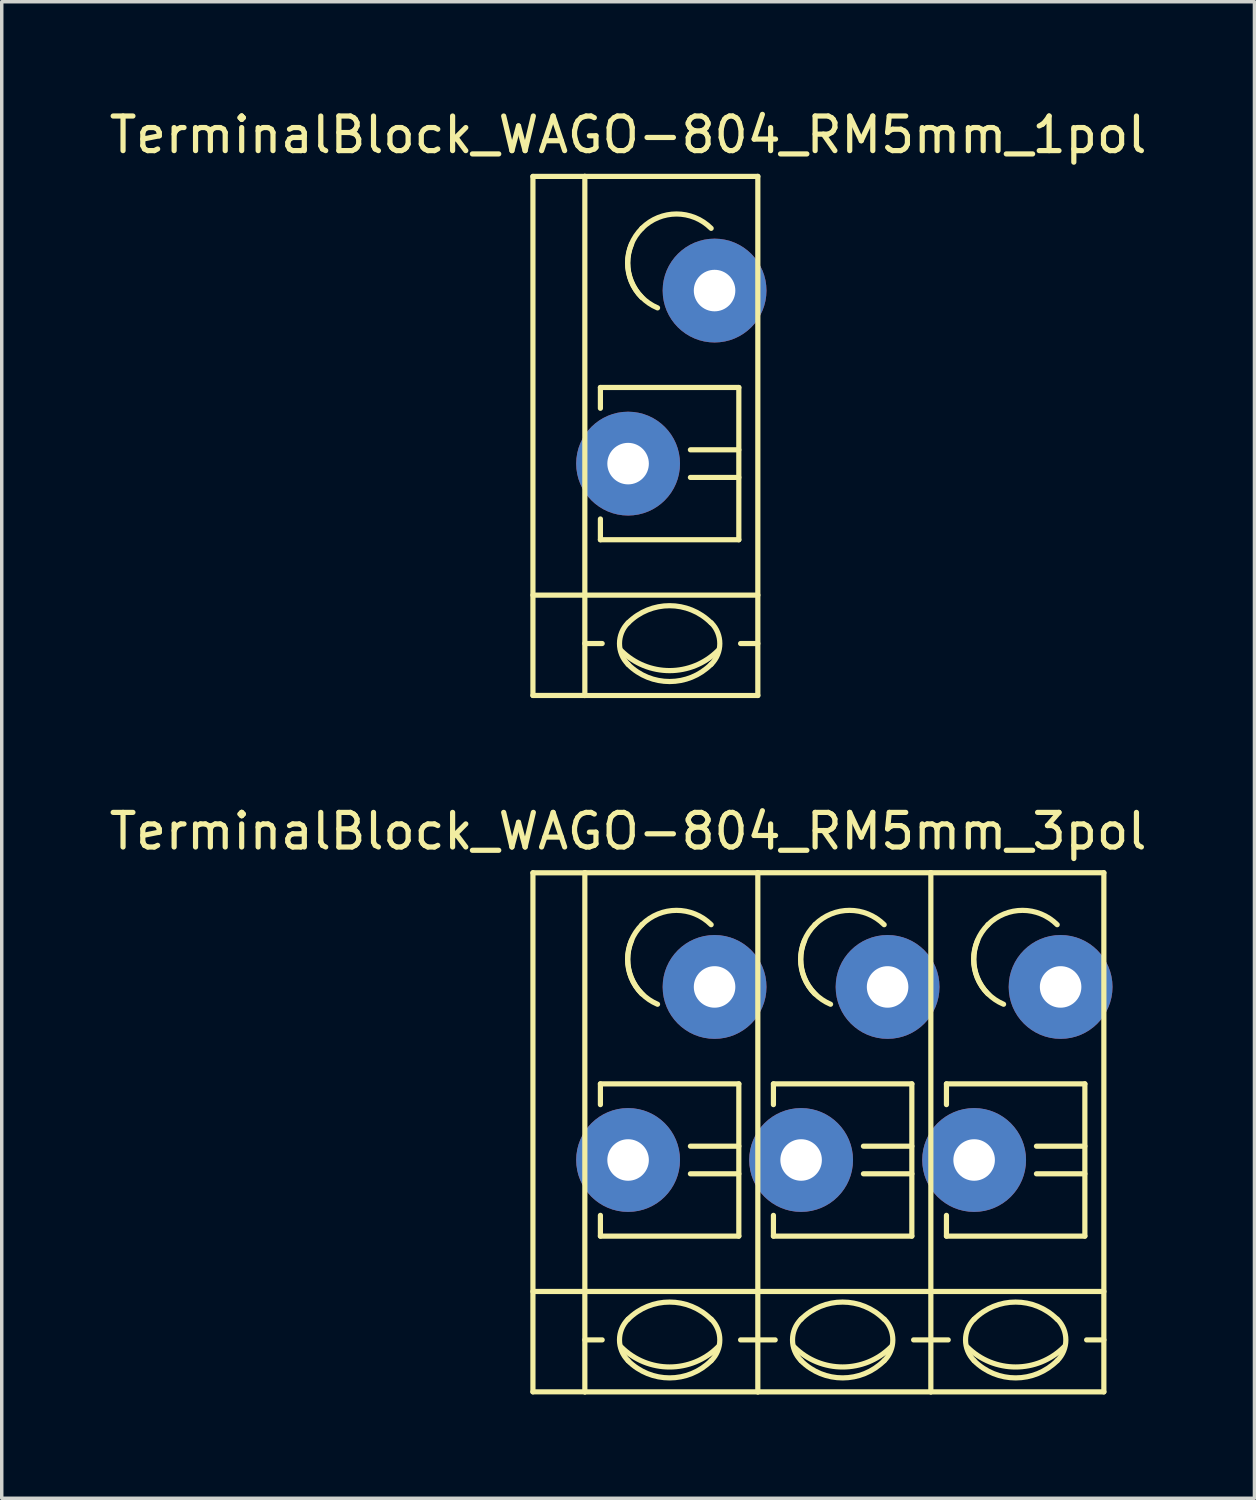
<source format=kicad_pcb>
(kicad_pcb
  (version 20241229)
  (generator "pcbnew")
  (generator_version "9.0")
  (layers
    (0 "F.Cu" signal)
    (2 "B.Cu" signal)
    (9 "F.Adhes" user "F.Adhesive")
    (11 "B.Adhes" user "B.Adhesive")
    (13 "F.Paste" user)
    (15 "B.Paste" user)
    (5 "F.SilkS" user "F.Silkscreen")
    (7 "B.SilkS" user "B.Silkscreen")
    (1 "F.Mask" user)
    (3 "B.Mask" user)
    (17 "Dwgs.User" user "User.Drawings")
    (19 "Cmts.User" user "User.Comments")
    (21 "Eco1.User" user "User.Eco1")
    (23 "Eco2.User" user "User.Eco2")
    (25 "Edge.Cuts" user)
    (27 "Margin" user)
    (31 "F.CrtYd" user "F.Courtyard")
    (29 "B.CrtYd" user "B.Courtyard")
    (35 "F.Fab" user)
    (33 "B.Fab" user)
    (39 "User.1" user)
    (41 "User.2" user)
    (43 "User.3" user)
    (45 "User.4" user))
  (footprint "TerminalBlock_WAGO-804_RM5mm_3pol"
    (layer "F.Cu")
    (at 15.101 30.472)
    (property "Reference" "TerminalBlock_WAGO-804_RM5mm_3pol" (at 0 -9.5 0) (layer "F.SilkS") (effects (font (size 1 1) (thickness 0.15))))
    (attr through_hole)
    (fp_line (start -2.75 -8.3) (end -1.25 -8.3) (stroke (width 0.15) (type solid)) (layer "F.SilkS"))
    (fp_line (start -2.75 6.7) (end -2.75 -8.3) (stroke (width 0.15) (type solid)) (layer "F.SilkS"))
    (fp_line (start -1.25 6.7) (end -2.75 6.7) (stroke (width 0.15) (type solid)) (layer "F.SilkS"))
    (fp_line (start -1.25 5.199) (end -0.749 5.199) (stroke (width 0.15) (type solid)) (layer "F.SilkS"))
    (fp_line (start -1.25 6.701) (end -1.25 -8.301) (stroke (width 0.15) (type solid)) (layer "F.SilkS"))
    (fp_line (start -0.8 -2.2) (end -0.8 -1.6) (stroke (width 0.15) (type solid)) (layer "F.SilkS"))
    (fp_line (start -0.8 -2.2) (end 3.2 -2.2) (stroke (width 0.15) (type solid)) (layer "F.SilkS"))
    (fp_line (start -0.8 2.2) (end -0.8 1.6) (stroke (width 0.15) (type solid)) (layer "F.SilkS"))
    (fp_line (start 3.2 -2.2) (end 3.2 2.2) (stroke (width 0.15) (type solid)) (layer "F.SilkS"))
    (fp_line (start 3.2 -0.399) (end 1.801 -0.399) (stroke (width 0.15) (type solid)) (layer "F.SilkS"))
    (fp_line (start 3.2 0.399) (end 1.801 0.399) (stroke (width 0.15) (type solid)) (layer "F.SilkS"))
    (fp_line (start 3.2 2.2) (end -0.8 2.2) (stroke (width 0.15) (type solid)) (layer "F.SilkS"))
    (fp_line (start 3.749 -8.301) (end -1.25 -8.301) (stroke (width 0.15) (type solid)) (layer "F.SilkS"))
    (fp_line (start 3.749 -8.301) (end 3.749 6.701) (stroke (width 0.15) (type solid)) (layer "F.SilkS"))
    (fp_line (start 3.749 5.199) (end 3.251 5.199) (stroke (width 0.15) (type solid)) (layer "F.SilkS"))
    (fp_line (start 3.749 6.701) (end -1.25 6.701) (stroke (width 0.15) (type solid)) (layer "F.SilkS"))
    (fp_line (start 3.75 3.8) (end -2.75 3.8) (stroke (width 0.15) (type solid)) (layer "F.SilkS"))
    (fp_line (start 3.75 3.8) (end 8.75 3.8) (stroke (width 0.15) (type solid)) (layer "F.SilkS"))
    (fp_line (start 3.75 5.199) (end 4.251 5.199) (stroke (width 0.15) (type solid)) (layer "F.SilkS"))
    (fp_line (start 4.2 -2.2) (end 4.2 -1.6) (stroke (width 0.15) (type solid)) (layer "F.SilkS"))
    (fp_line (start 4.2 -2.2) (end 8.2 -2.2) (stroke (width 0.15) (type solid)) (layer "F.SilkS"))
    (fp_line (start 4.2 2.2) (end 4.2 1.6) (stroke (width 0.15) (type solid)) (layer "F.SilkS"))
    (fp_line (start 8.2 -2.2) (end 8.2 2.2) (stroke (width 0.15) (type solid)) (layer "F.SilkS"))
    (fp_line (start 8.2 -0.399) (end 6.801 -0.399) (stroke (width 0.15) (type solid)) (layer "F.SilkS"))
    (fp_line (start 8.2 0.399) (end 6.801 0.399) (stroke (width 0.15) (type solid)) (layer "F.SilkS"))
    (fp_line (start 8.2 2.2) (end 4.2 2.2) (stroke (width 0.15) (type solid)) (layer "F.SilkS"))
    (fp_line (start 8.749 -8.301) (end 3.75 -8.301) (stroke (width 0.15) (type solid)) (layer "F.SilkS"))
    (fp_line (start 8.749 -8.301) (end 8.749 6.701) (stroke (width 0.15) (type solid)) (layer "F.SilkS"))
    (fp_line (start 8.749 5.199) (end 8.251 5.199) (stroke (width 0.15) (type solid)) (layer "F.SilkS"))
    (fp_line (start 8.749 6.701) (end 3.75 6.701) (stroke (width 0.15) (type solid)) (layer "F.SilkS"))
    (fp_line (start 8.75 3.8) (end 13.75 3.8) (stroke (width 0.15) (type solid)) (layer "F.SilkS"))
    (fp_line (start 8.75 5.199) (end 9.251 5.199) (stroke (width 0.15) (type solid)) (layer "F.SilkS"))
    (fp_line (start 9.2 -2.2) (end 9.2 -1.6) (stroke (width 0.15) (type solid)) (layer "F.SilkS"))
    (fp_line (start 9.2 -2.2) (end 13.2 -2.2) (stroke (width 0.15) (type solid)) (layer "F.SilkS"))
    (fp_line (start 9.2 2.2) (end 9.2 1.6) (stroke (width 0.15) (type solid)) (layer "F.SilkS"))
    (fp_line (start 13.2 -2.2) (end 13.2 2.2) (stroke (width 0.15) (type solid)) (layer "F.SilkS"))
    (fp_line (start 13.2 -0.399) (end 11.801 -0.399) (stroke (width 0.15) (type solid)) (layer "F.SilkS"))
    (fp_line (start 13.2 0.399) (end 11.801 0.399) (stroke (width 0.15) (type solid)) (layer "F.SilkS"))
    (fp_line (start 13.2 2.2) (end 9.2 2.2) (stroke (width 0.15) (type solid)) (layer "F.SilkS"))
    (fp_line (start 13.749 -8.301) (end 8.75 -8.301) (stroke (width 0.15) (type solid)) (layer "F.SilkS"))
    (fp_line (start 13.749 -8.301) (end 13.749 6.701) (stroke (width 0.15) (type solid)) (layer "F.SilkS"))
    (fp_line (start 13.749 5.199) (end 13.251 5.199) (stroke (width 0.15) (type solid)) (layer "F.SilkS"))
    (fp_line (start 13.749 6.701) (end 8.75 6.701) (stroke (width 0.15) (type solid)) (layer "F.SilkS"))
    (fp_arc (start 0 4.60248) (mid 1.19888 4.105888) (end 2.39776 4.60248) (stroke (width 0.15) (type solid)) (layer "F.SilkS"))
    (fp_arc (start 0 5.79882) (mid -0.248296 5.19938) (end 0 4.59994) (stroke (width 0.15) (type solid)) (layer "F.SilkS"))
    (fp_arc (start 0.39878 -6.79958) (mid 1.39954 -7.214108) (end 2.4003 -6.79958) (stroke (width 0.15) (type solid)) (layer "F.SilkS"))
    (fp_arc (start 0.39878 -4.8006) (mid -0.013952 -5.800616) (end 0.40132 -6.79958) (stroke (width 0.15) (type solid)) (layer "F.SilkS"))
    (fp_arc (start 0.8509 -4.50088) (mid 0.093811 -5.268985) (end 0.1016 -6.34746) (stroke (width 0.15) (type solid)) (layer "F.SilkS"))
    (fp_arc (start 2.4003 5.79882) (mid 1.200676 6.297208) (end 0 5.80136) (stroke (width 0.15) (type solid)) (layer "F.SilkS"))
    (fp_arc (start 2.40284 4.59994) (mid 2.650392 5.201176) (end 2.4003 5.80136) (stroke (width 0.15) (type solid)) (layer "F.SilkS"))
    (fp_arc (start 2.60096 5.40004) (mid 1.200676 5.981545) (end -0.20066 5.40258) (stroke (width 0.15) (type solid)) (layer "F.SilkS"))
    (fp_arc (start 5 4.60248) (mid 6.19888 4.105888) (end 7.39776 4.60248) (stroke (width 0.15) (type solid)) (layer "F.SilkS"))
    (fp_arc (start 5 5.79882) (mid 4.751704 5.19938) (end 5 4.59994) (stroke (width 0.15) (type solid)) (layer "F.SilkS"))
    (fp_arc (start 5.39878 -6.79958) (mid 6.39954 -7.214108) (end 7.4003 -6.79958) (stroke (width 0.15) (type solid)) (layer "F.SilkS"))
    (fp_arc (start 5.39878 -4.8006) (mid 4.986048 -5.800616) (end 5.40132 -6.79958) (stroke (width 0.15) (type solid)) (layer "F.SilkS"))
    (fp_arc (start 5.8509 -4.50088) (mid 5.093811 -5.268985) (end 5.1016 -6.34746) (stroke (width 0.15) (type solid)) (layer "F.SilkS"))
    (fp_arc (start 7.4003 5.79882) (mid 6.200676 6.297208) (end 5 5.80136) (stroke (width 0.15) (type solid)) (layer "F.SilkS"))
    (fp_arc (start 7.40284 4.59994) (mid 7.650392 5.201176) (end 7.4003 5.80136) (stroke (width 0.15) (type solid)) (layer "F.SilkS"))
    (fp_arc (start 7.60096 5.40004) (mid 6.200676 5.981545) (end 4.79934 5.40258) (stroke (width 0.15) (type solid)) (layer "F.SilkS"))
    (fp_arc (start 10 4.60248) (mid 11.19888 4.105888) (end 12.39776 4.60248) (stroke (width 0.15) (type solid)) (layer "F.SilkS"))
    (fp_arc (start 10 5.79882) (mid 9.751704 5.19938) (end 10 4.59994) (stroke (width 0.15) (type solid)) (layer "F.SilkS"))
    (fp_arc (start 10.39878 -6.79958) (mid 11.39954 -7.214108) (end 12.4003 -6.79958) (stroke (width 0.15) (type solid)) (layer "F.SilkS"))
    (fp_arc (start 10.39878 -4.8006) (mid 9.986048 -5.800616) (end 10.40132 -6.79958) (stroke (width 0.15) (type solid)) (layer "F.SilkS"))
    (fp_arc (start 10.8509 -4.50088) (mid 10.093811 -5.268985) (end 10.1016 -6.34746) (stroke (width 0.15) (type solid)) (layer "F.SilkS"))
    (fp_arc (start 12.4003 5.79882) (mid 11.200676 6.297208) (end 10 5.80136) (stroke (width 0.15) (type solid)) (layer "F.SilkS"))
    (fp_arc (start 12.40284 4.59994) (mid 12.650392 5.201176) (end 12.4003 5.80136) (stroke (width 0.15) (type solid)) (layer "F.SilkS"))
    (fp_arc (start 12.60096 5.40004) (mid 11.200676 5.981545) (end 9.79934 5.40258) (stroke (width 0.15) (type solid)) (layer "F.SilkS"))
    (pad "1" thru_hole circle (at 0 0) (size 3 3) (drill 1.2) (layers "*.Cu" "*.Mask"))
    (pad "1" thru_hole circle (at 2.499 -5.001) (size 3 3) (drill 1.2) (layers "*.Cu" "*.Mask"))
    (pad "2" thru_hole circle (at 5 0) (size 3 3) (drill 1.2) (layers "*.Cu" "*.Mask"))
    (pad "2" thru_hole circle (at 7.499 -5.001) (size 3 3) (drill 1.2) (layers "*.Cu" "*.Mask"))
    (pad "3" thru_hole circle (at 10 0) (size 3 3) (drill 1.2) (layers "*.Cu" "*.Mask"))
    (pad "3" thru_hole circle (at 12.499 -5.001) (size 3 3) (drill 1.2) (layers "*.Cu" "*.Mask")))
  (footprint "TerminalBlock_WAGO-804_RM5mm_1pol"
    (layer "F.Cu")
    (at 15.101 10.348)
    (property "Reference" "TerminalBlock_WAGO-804_RM5mm_1pol" (at 0 -9.5 0) (layer "F.SilkS") (effects (font (size 1 1) (thickness 0.15))))
    (attr through_hole)
    (fp_line (start -2.75 -8.3) (end -1.25 -8.3) (stroke (width 0.15) (type solid)) (layer "F.SilkS"))
    (fp_line (start -2.75 6.7) (end -2.75 -8.3) (stroke (width 0.15) (type solid)) (layer "F.SilkS"))
    (fp_line (start -1.25 6.7) (end -2.75 6.7) (stroke (width 0.15) (type solid)) (layer "F.SilkS"))
    (fp_line (start -1.25 5.199) (end -0.749 5.199) (stroke (width 0.15) (type solid)) (layer "F.SilkS"))
    (fp_line (start -1.25 6.701) (end -1.25 -8.301) (stroke (width 0.15) (type solid)) (layer "F.SilkS"))
    (fp_line (start -0.8 -2.2) (end -0.8 -1.6) (stroke (width 0.15) (type solid)) (layer "F.SilkS"))
    (fp_line (start -0.8 -2.2) (end 3.2 -2.2) (stroke (width 0.15) (type solid)) (layer "F.SilkS"))
    (fp_line (start -0.8 2.2) (end -0.8 1.6) (stroke (width 0.15) (type solid)) (layer "F.SilkS"))
    (fp_line (start 3.2 -2.2) (end 3.2 2.2) (stroke (width 0.15) (type solid)) (layer "F.SilkS"))
    (fp_line (start 3.2 -0.399) (end 1.801 -0.399) (stroke (width 0.15) (type solid)) (layer "F.SilkS"))
    (fp_line (start 3.2 0.399) (end 1.801 0.399) (stroke (width 0.15) (type solid)) (layer "F.SilkS"))
    (fp_line (start 3.2 2.2) (end -0.8 2.2) (stroke (width 0.15) (type solid)) (layer "F.SilkS"))
    (fp_line (start 3.749 -8.301) (end -1.25 -8.301) (stroke (width 0.15) (type solid)) (layer "F.SilkS"))
    (fp_line (start 3.749 -8.301) (end 3.749 6.701) (stroke (width 0.15) (type solid)) (layer "F.SilkS"))
    (fp_line (start 3.749 5.199) (end 3.251 5.199) (stroke (width 0.15) (type solid)) (layer "F.SilkS"))
    (fp_line (start 3.749 6.701) (end -1.25 6.701) (stroke (width 0.15) (type solid)) (layer "F.SilkS"))
    (fp_line (start 3.75 3.8) (end -2.75 3.8) (stroke (width 0.15) (type solid)) (layer "F.SilkS"))
    (fp_arc (start 0 4.60248) (mid 1.19888 4.105888) (end 2.39776 4.60248) (stroke (width 0.15) (type solid)) (layer "F.SilkS"))
    (fp_arc (start 0 5.79882) (mid -0.248296 5.19938) (end 0 4.59994) (stroke (width 0.15) (type solid)) (layer "F.SilkS"))
    (fp_arc (start 0.39878 -6.79958) (mid 1.39954 -7.214108) (end 2.4003 -6.79958) (stroke (width 0.15) (type solid)) (layer "F.SilkS"))
    (fp_arc (start 0.39878 -4.8006) (mid -0.013952 -5.800616) (end 0.40132 -6.79958) (stroke (width 0.15) (type solid)) (layer "F.SilkS"))
    (fp_arc (start 0.8509 -4.50088) (mid 0.093811 -5.268985) (end 0.1016 -6.34746) (stroke (width 0.15) (type solid)) (layer "F.SilkS"))
    (fp_arc (start 2.4003 5.79882) (mid 1.200676 6.297208) (end 0 5.80136) (stroke (width 0.15) (type solid)) (layer "F.SilkS"))
    (fp_arc (start 2.40284 4.59994) (mid 2.650392 5.201176) (end 2.4003 5.80136) (stroke (width 0.15) (type solid)) (layer "F.SilkS"))
    (fp_arc (start 2.60096 5.40004) (mid 1.200676 5.981545) (end -0.20066 5.40258) (stroke (width 0.15) (type solid)) (layer "F.SilkS"))
    (pad "1" thru_hole circle (at 0 0) (size 3 3) (drill 1.2) (layers "*.Cu" "*.Mask"))
    (pad "1" thru_hole circle (at 2.499 -5.001) (size 3 3) (drill 1.2) (layers "*.Cu" "*.Mask")))
  (gr_rect
    (start -3 -3)
    (end 33.202 40.248)
    (stroke (width 0.1) (type default))
    (fill no)
    (layer "Edge.Cuts")))
</source>
